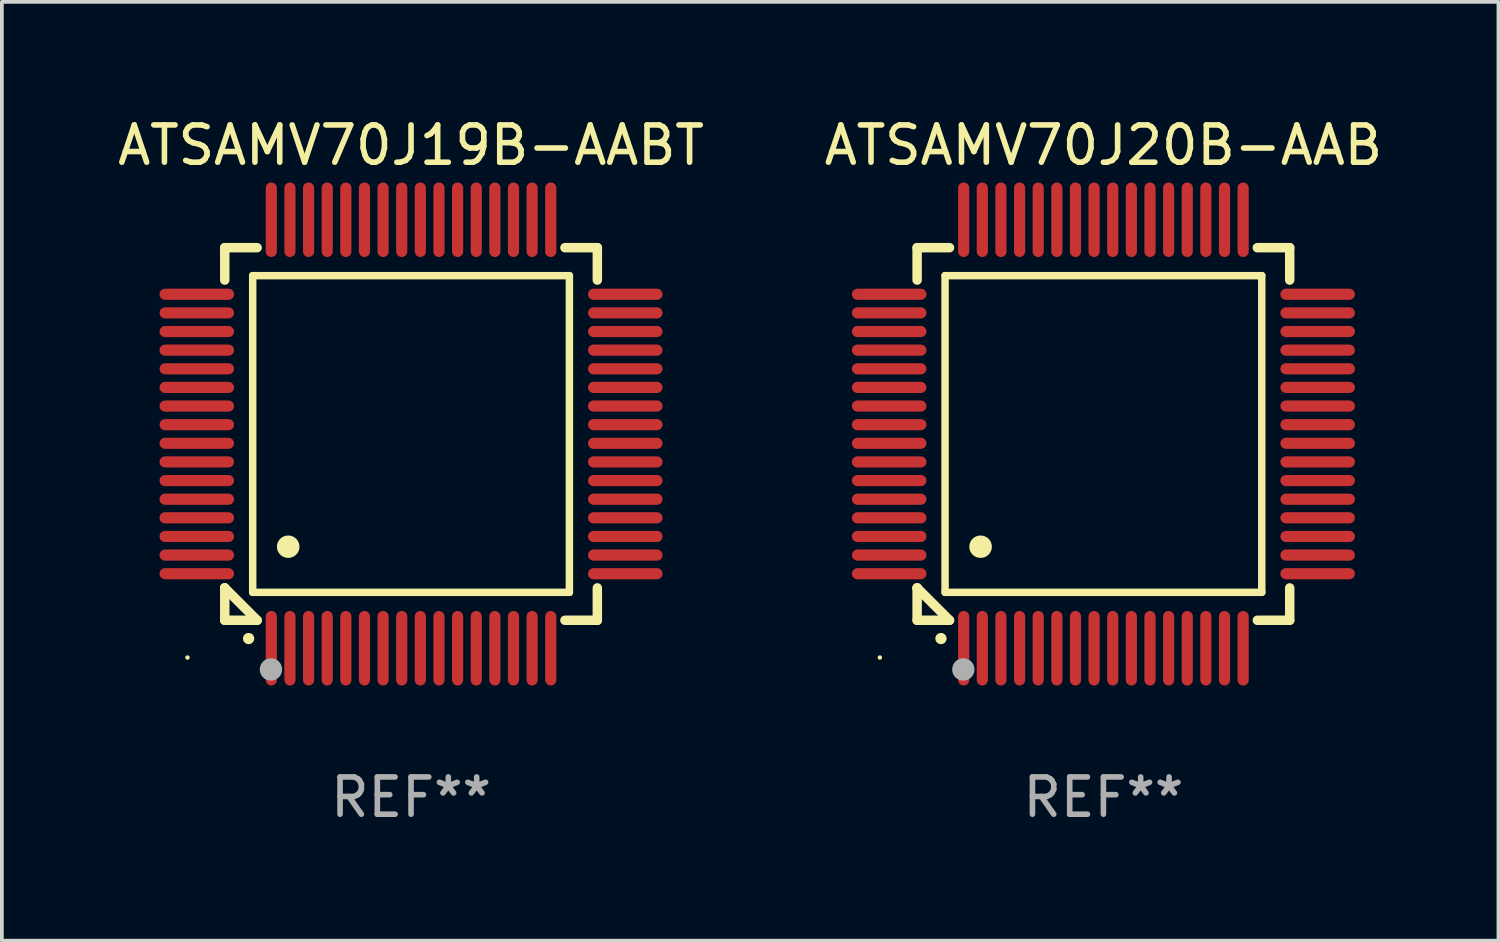
<source format=kicad_pcb>
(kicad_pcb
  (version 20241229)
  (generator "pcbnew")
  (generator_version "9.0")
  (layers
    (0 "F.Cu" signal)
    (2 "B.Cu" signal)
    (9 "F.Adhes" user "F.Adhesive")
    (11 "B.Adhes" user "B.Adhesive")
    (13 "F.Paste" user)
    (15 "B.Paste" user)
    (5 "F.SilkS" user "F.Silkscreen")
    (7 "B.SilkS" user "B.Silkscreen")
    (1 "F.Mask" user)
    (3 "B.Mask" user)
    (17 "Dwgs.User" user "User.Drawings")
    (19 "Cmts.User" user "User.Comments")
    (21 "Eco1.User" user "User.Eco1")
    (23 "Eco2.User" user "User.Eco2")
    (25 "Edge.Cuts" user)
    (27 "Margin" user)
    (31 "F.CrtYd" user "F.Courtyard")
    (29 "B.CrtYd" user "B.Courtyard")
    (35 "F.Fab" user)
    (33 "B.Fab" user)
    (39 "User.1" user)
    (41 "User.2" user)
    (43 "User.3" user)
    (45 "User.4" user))
  (footprint "ATSAMV70J20B-AAB"
    (layer "F.Cu")
    (at 26.565 8.598)
    (property "Reference" "ATSAMV70J20B-AAB" (at 0 -7.75 0) (layer "F.SilkS") (effects (font (size 1 1) (thickness 0.15))))
    (attr through_hole)
    (fp_line (start -5 -5) (end -4.131 -5) (stroke (width 0.254) (type solid)) (layer "F.SilkS"))
    (fp_line (start -5 -4.131) (end -5 -5) (stroke (width 0.254) (type solid)) (layer "F.SilkS"))
    (fp_line (start -5 4.131) (end -5 4.131) (stroke (width 0.254) (type solid)) (layer "F.SilkS"))
    (fp_line (start -5 5) (end -5 4.131) (stroke (width 0.254) (type solid)) (layer "F.SilkS"))
    (fp_line (start -5 4.131) (end -4.131 5) (stroke (width 0.254) (type solid)) (layer "F.SilkS"))
    (fp_line (start -4.25 -4.25) (end -4.25 4.25) (stroke (width 0.2) (type solid)) (layer "F.SilkS"))
    (fp_line (start -4.25 4.25) (end 4.25 4.25) (stroke (width 0.2) (type solid)) (layer "F.SilkS"))
    (fp_line (start -4.131 5) (end -5 5) (stroke (width 0.254) (type solid)) (layer "F.SilkS"))
    (fp_line (start 4.25 -4.25) (end -4.25 -4.25) (stroke (width 0.2) (type solid)) (layer "F.SilkS"))
    (fp_line (start 4.25 4.25) (end 4.25 -4.25) (stroke (width 0.2) (type solid)) (layer "F.SilkS"))
    (fp_line (start 5 -5) (end 4.131 -5) (stroke (width 0.254) (type solid)) (layer "F.SilkS"))
    (fp_line (start 5 -5) (end 5 -4.131) (stroke (width 0.254) (type solid)) (layer "F.SilkS"))
    (fp_line (start 5 4.131) (end 5 5) (stroke (width 0.254) (type solid)) (layer "F.SilkS"))
    (fp_line (start 5 5) (end 4.131 5) (stroke (width 0.254) (type solid)) (layer "F.SilkS"))
    (fp_arc (start -4.361265 5.489992) (mid -4.359995 5.489987) (end -4.358725 5.489992) (stroke (width 0.3) (type solid)) (layer "F.SilkS"))
    (fp_arc (start -3.299467 3.025146) (mid -3.296927 3.025135) (end -3.294387 3.025146) (stroke (width 0.6) (type solid)) (layer "F.SilkS"))
    (fp_circle (center -6 6) (end -5.97 6) (stroke (width 0.06) (type solid)) (fill no) (layer "F.SilkS"))
    (fp_circle (center -3.76 6.32) (end -3.61 6.32) (stroke (width 0.3) (type solid)) (fill no) (layer "F.Fab"))
    (fp_text user "REF**" (at 0 9.75 0) (layer "F.Fab") (effects (font (size 1 1) (thickness 0.15))))
    (pad "1" smd oval (at -3.75 5.75) (size 0.3 2) (layers "F.Cu" "F.Mask" "F.Paste"))
    (pad "2" smd oval (at -3.25 5.75) (size 0.3 2) (layers "F.Cu" "F.Mask" "F.Paste"))
    (pad "3" smd oval (at -2.75 5.75) (size 0.3 2) (layers "F.Cu" "F.Mask" "F.Paste"))
    (pad "4" smd oval (at -2.25 5.75) (size 0.3 2) (layers "F.Cu" "F.Mask" "F.Paste"))
    (pad "5" smd oval (at -1.75 5.75) (size 0.3 2) (layers "F.Cu" "F.Mask" "F.Paste"))
    (pad "6" smd oval (at -1.25 5.75) (size 0.3 2) (layers "F.Cu" "F.Mask" "F.Paste"))
    (pad "7" smd oval (at -0.75 5.75) (size 0.3 2) (layers "F.Cu" "F.Mask" "F.Paste"))
    (pad "8" smd oval (at -0.25 5.75) (size 0.3 2) (layers "F.Cu" "F.Mask" "F.Paste"))
    (pad "9" smd oval (at 0.25 5.75) (size 0.3 2) (layers "F.Cu" "F.Mask" "F.Paste"))
    (pad "10" smd oval (at 0.75 5.75) (size 0.3 2) (layers "F.Cu" "F.Mask" "F.Paste"))
    (pad "11" smd oval (at 1.25 5.75) (size 0.3 2) (layers "F.Cu" "F.Mask" "F.Paste"))
    (pad "12" smd oval (at 1.75 5.75) (size 0.3 2) (layers "F.Cu" "F.Mask" "F.Paste"))
    (pad "13" smd oval (at 2.25 5.75) (size 0.3 2) (layers "F.Cu" "F.Mask" "F.Paste"))
    (pad "14" smd oval (at 2.75 5.75) (size 0.3 2) (layers "F.Cu" "F.Mask" "F.Paste"))
    (pad "15" smd oval (at 3.25 5.75) (size 0.3 2) (layers "F.Cu" "F.Mask" "F.Paste"))
    (pad "16" smd oval (at 3.75 5.75) (size 0.3 2) (layers "F.Cu" "F.Mask" "F.Paste"))
    (pad "17" smd oval (at 5.75 3.75) (size 2 0.3) (layers "F.Cu" "F.Mask" "F.Paste"))
    (pad "18" smd oval (at 5.75 3.25) (size 2 0.3) (layers "F.Cu" "F.Mask" "F.Paste"))
    (pad "19" smd oval (at 5.75 2.75) (size 2 0.3) (layers "F.Cu" "F.Mask" "F.Paste"))
    (pad "20" smd oval (at 5.75 2.25) (size 2 0.3) (layers "F.Cu" "F.Mask" "F.Paste"))
    (pad "21" smd oval (at 5.75 1.75) (size 2 0.3) (layers "F.Cu" "F.Mask" "F.Paste"))
    (pad "22" smd oval (at 5.75 1.25) (size 2 0.3) (layers "F.Cu" "F.Mask" "F.Paste"))
    (pad "23" smd oval (at 5.75 0.75) (size 2 0.3) (layers "F.Cu" "F.Mask" "F.Paste"))
    (pad "24" smd oval (at 5.75 0.25) (size 2 0.3) (layers "F.Cu" "F.Mask" "F.Paste"))
    (pad "25" smd oval (at 5.75 -0.25) (size 2 0.3) (layers "F.Cu" "F.Mask" "F.Paste"))
    (pad "26" smd oval (at 5.75 -0.75) (size 2 0.3) (layers "F.Cu" "F.Mask" "F.Paste"))
    (pad "27" smd oval (at 5.75 -1.25) (size 2 0.3) (layers "F.Cu" "F.Mask" "F.Paste"))
    (pad "28" smd oval (at 5.75 -1.75) (size 2 0.3) (layers "F.Cu" "F.Mask" "F.Paste"))
    (pad "29" smd oval (at 5.75 -2.25) (size 2 0.3) (layers "F.Cu" "F.Mask" "F.Paste"))
    (pad "30" smd oval (at 5.75 -2.75) (size 2 0.3) (layers "F.Cu" "F.Mask" "F.Paste"))
    (pad "31" smd oval (at 5.75 -3.25) (size 2 0.3) (layers "F.Cu" "F.Mask" "F.Paste"))
    (pad "32" smd oval (at 5.75 -3.75) (size 2 0.3) (layers "F.Cu" "F.Mask" "F.Paste"))
    (pad "33" smd oval (at 3.75 -5.75) (size 0.3 2) (layers "F.Cu" "F.Mask" "F.Paste"))
    (pad "34" smd oval (at 3.25 -5.75) (size 0.3 2) (layers "F.Cu" "F.Mask" "F.Paste"))
    (pad "35" smd oval (at 2.75 -5.75) (size 0.3 2) (layers "F.Cu" "F.Mask" "F.Paste"))
    (pad "36" smd oval (at 2.25 -5.75) (size 0.3 2) (layers "F.Cu" "F.Mask" "F.Paste"))
    (pad "37" smd oval (at 1.75 -5.75) (size 0.3 2) (layers "F.Cu" "F.Mask" "F.Paste"))
    (pad "38" smd oval (at 1.25 -5.75) (size 0.3 2) (layers "F.Cu" "F.Mask" "F.Paste"))
    (pad "39" smd oval (at 0.75 -5.75) (size 0.3 2) (layers "F.Cu" "F.Mask" "F.Paste"))
    (pad "40" smd oval (at 0.25 -5.75) (size 0.3 2) (layers "F.Cu" "F.Mask" "F.Paste"))
    (pad "41" smd oval (at -0.25 -5.75) (size 0.3 2) (layers "F.Cu" "F.Mask" "F.Paste"))
    (pad "42" smd oval (at -0.75 -5.75) (size 0.3 2) (layers "F.Cu" "F.Mask" "F.Paste"))
    (pad "43" smd oval (at -1.25 -5.75) (size 0.3 2) (layers "F.Cu" "F.Mask" "F.Paste"))
    (pad "44" smd oval (at -1.75 -5.75) (size 0.3 2) (layers "F.Cu" "F.Mask" "F.Paste"))
    (pad "45" smd oval (at -2.25 -5.75) (size 0.3 2) (layers "F.Cu" "F.Mask" "F.Paste"))
    (pad "46" smd oval (at -2.75 -5.75) (size 0.3 2) (layers "F.Cu" "F.Mask" "F.Paste"))
    (pad "47" smd oval (at -3.25 -5.75) (size 0.3 2) (layers "F.Cu" "F.Mask" "F.Paste"))
    (pad "48" smd oval (at -3.75 -5.75) (size 0.3 2) (layers "F.Cu" "F.Mask" "F.Paste"))
    (pad "49" smd oval (at -5.75 -3.75) (size 2 0.3) (layers "F.Cu" "F.Mask" "F.Paste"))
    (pad "50" smd oval (at -5.75 -3.25) (size 2 0.3) (layers "F.Cu" "F.Mask" "F.Paste"))
    (pad "51" smd oval (at -5.75 -2.75) (size 2 0.3) (layers "F.Cu" "F.Mask" "F.Paste"))
    (pad "52" smd oval (at -5.75 -2.25) (size 2 0.3) (layers "F.Cu" "F.Mask" "F.Paste"))
    (pad "53" smd oval (at -5.75 -1.75) (size 2 0.3) (layers "F.Cu" "F.Mask" "F.Paste"))
    (pad "54" smd oval (at -5.75 -1.25) (size 2 0.3) (layers "F.Cu" "F.Mask" "F.Paste"))
    (pad "55" smd oval (at -5.75 -0.75) (size 2 0.3) (layers "F.Cu" "F.Mask" "F.Paste"))
    (pad "56" smd oval (at -5.75 -0.25) (size 2 0.3) (layers "F.Cu" "F.Mask" "F.Paste"))
    (pad "57" smd oval (at -5.75 0.25) (size 2 0.3) (layers "F.Cu" "F.Mask" "F.Paste"))
    (pad "58" smd oval (at -5.75 0.75) (size 2 0.3) (layers "F.Cu" "F.Mask" "F.Paste"))
    (pad "59" smd oval (at -5.75 1.25) (size 2 0.3) (layers "F.Cu" "F.Mask" "F.Paste"))
    (pad "60" smd oval (at -5.75 1.75) (size 2 0.3) (layers "F.Cu" "F.Mask" "F.Paste"))
    (pad "61" smd oval (at -5.75 2.25) (size 2 0.3) (layers "F.Cu" "F.Mask" "F.Paste"))
    (pad "62" smd oval (at -5.75 2.75) (size 2 0.3) (layers "F.Cu" "F.Mask" "F.Paste"))
    (pad "63" smd oval (at -5.75 3.25) (size 2 0.3) (layers "F.Cu" "F.Mask" "F.Paste"))
    (pad "64" smd oval (at -5.75 3.75) (size 2 0.3) (layers "F.Cu" "F.Mask" "F.Paste")))
  (footprint "ATSAMV70J19B-AABT"
    (layer "F.Cu")
    (at 7.982 8.598)
    (property "Reference" "ATSAMV70J19B-AABT" (at 0 -7.75 0) (layer "F.SilkS") (effects (font (size 1 1) (thickness 0.15))))
    (attr through_hole)
    (fp_line (start -5 -5) (end -4.131 -5) (stroke (width 0.254) (type solid)) (layer "F.SilkS"))
    (fp_line (start -5 -4.131) (end -5 -5) (stroke (width 0.254) (type solid)) (layer "F.SilkS"))
    (fp_line (start -5 4.131) (end -5 4.131) (stroke (width 0.254) (type solid)) (layer "F.SilkS"))
    (fp_line (start -5 5) (end -5 4.131) (stroke (width 0.254) (type solid)) (layer "F.SilkS"))
    (fp_line (start -5 4.131) (end -4.131 5) (stroke (width 0.254) (type solid)) (layer "F.SilkS"))
    (fp_line (start -4.25 -4.25) (end -4.25 4.25) (stroke (width 0.2) (type solid)) (layer "F.SilkS"))
    (fp_line (start -4.25 4.25) (end 4.25 4.25) (stroke (width 0.2) (type solid)) (layer "F.SilkS"))
    (fp_line (start -4.131 5) (end -5 5) (stroke (width 0.254) (type solid)) (layer "F.SilkS"))
    (fp_line (start 4.25 -4.25) (end -4.25 -4.25) (stroke (width 0.2) (type solid)) (layer "F.SilkS"))
    (fp_line (start 4.25 4.25) (end 4.25 -4.25) (stroke (width 0.2) (type solid)) (layer "F.SilkS"))
    (fp_line (start 5 -5) (end 4.131 -5) (stroke (width 0.254) (type solid)) (layer "F.SilkS"))
    (fp_line (start 5 -5) (end 5 -4.131) (stroke (width 0.254) (type solid)) (layer "F.SilkS"))
    (fp_line (start 5 4.131) (end 5 5) (stroke (width 0.254) (type solid)) (layer "F.SilkS"))
    (fp_line (start 5 5) (end 4.131 5) (stroke (width 0.254) (type solid)) (layer "F.SilkS"))
    (fp_arc (start -4.361265 5.489992) (mid -4.359995 5.489987) (end -4.358725 5.489992) (stroke (width 0.3) (type solid)) (layer "F.SilkS"))
    (fp_arc (start -3.299467 3.025146) (mid -3.296927 3.025135) (end -3.294387 3.025146) (stroke (width 0.6) (type solid)) (layer "F.SilkS"))
    (fp_circle (center -6 6) (end -5.97 6) (stroke (width 0.06) (type solid)) (fill no) (layer "F.SilkS"))
    (fp_circle (center -3.76 6.32) (end -3.61 6.32) (stroke (width 0.3) (type solid)) (fill no) (layer "F.Fab"))
    (fp_text user "REF**" (at 0 9.75 0) (layer "F.Fab") (effects (font (size 1 1) (thickness 0.15))))
    (pad "1" smd oval (at -3.75 5.75) (size 0.3 2) (layers "F.Cu" "F.Mask" "F.Paste"))
    (pad "2" smd oval (at -3.25 5.75) (size 0.3 2) (layers "F.Cu" "F.Mask" "F.Paste"))
    (pad "3" smd oval (at -2.75 5.75) (size 0.3 2) (layers "F.Cu" "F.Mask" "F.Paste"))
    (pad "4" smd oval (at -2.25 5.75) (size 0.3 2) (layers "F.Cu" "F.Mask" "F.Paste"))
    (pad "5" smd oval (at -1.75 5.75) (size 0.3 2) (layers "F.Cu" "F.Mask" "F.Paste"))
    (pad "6" smd oval (at -1.25 5.75) (size 0.3 2) (layers "F.Cu" "F.Mask" "F.Paste"))
    (pad "7" smd oval (at -0.75 5.75) (size 0.3 2) (layers "F.Cu" "F.Mask" "F.Paste"))
    (pad "8" smd oval (at -0.25 5.75) (size 0.3 2) (layers "F.Cu" "F.Mask" "F.Paste"))
    (pad "9" smd oval (at 0.25 5.75) (size 0.3 2) (layers "F.Cu" "F.Mask" "F.Paste"))
    (pad "10" smd oval (at 0.75 5.75) (size 0.3 2) (layers "F.Cu" "F.Mask" "F.Paste"))
    (pad "11" smd oval (at 1.25 5.75) (size 0.3 2) (layers "F.Cu" "F.Mask" "F.Paste"))
    (pad "12" smd oval (at 1.75 5.75) (size 0.3 2) (layers "F.Cu" "F.Mask" "F.Paste"))
    (pad "13" smd oval (at 2.25 5.75) (size 0.3 2) (layers "F.Cu" "F.Mask" "F.Paste"))
    (pad "14" smd oval (at 2.75 5.75) (size 0.3 2) (layers "F.Cu" "F.Mask" "F.Paste"))
    (pad "15" smd oval (at 3.25 5.75) (size 0.3 2) (layers "F.Cu" "F.Mask" "F.Paste"))
    (pad "16" smd oval (at 3.75 5.75) (size 0.3 2) (layers "F.Cu" "F.Mask" "F.Paste"))
    (pad "17" smd oval (at 5.75 3.75) (size 2 0.3) (layers "F.Cu" "F.Mask" "F.Paste"))
    (pad "18" smd oval (at 5.75 3.25) (size 2 0.3) (layers "F.Cu" "F.Mask" "F.Paste"))
    (pad "19" smd oval (at 5.75 2.75) (size 2 0.3) (layers "F.Cu" "F.Mask" "F.Paste"))
    (pad "20" smd oval (at 5.75 2.25) (size 2 0.3) (layers "F.Cu" "F.Mask" "F.Paste"))
    (pad "21" smd oval (at 5.75 1.75) (size 2 0.3) (layers "F.Cu" "F.Mask" "F.Paste"))
    (pad "22" smd oval (at 5.75 1.25) (size 2 0.3) (layers "F.Cu" "F.Mask" "F.Paste"))
    (pad "23" smd oval (at 5.75 0.75) (size 2 0.3) (layers "F.Cu" "F.Mask" "F.Paste"))
    (pad "24" smd oval (at 5.75 0.25) (size 2 0.3) (layers "F.Cu" "F.Mask" "F.Paste"))
    (pad "25" smd oval (at 5.75 -0.25) (size 2 0.3) (layers "F.Cu" "F.Mask" "F.Paste"))
    (pad "26" smd oval (at 5.75 -0.75) (size 2 0.3) (layers "F.Cu" "F.Mask" "F.Paste"))
    (pad "27" smd oval (at 5.75 -1.25) (size 2 0.3) (layers "F.Cu" "F.Mask" "F.Paste"))
    (pad "28" smd oval (at 5.75 -1.75) (size 2 0.3) (layers "F.Cu" "F.Mask" "F.Paste"))
    (pad "29" smd oval (at 5.75 -2.25) (size 2 0.3) (layers "F.Cu" "F.Mask" "F.Paste"))
    (pad "30" smd oval (at 5.75 -2.75) (size 2 0.3) (layers "F.Cu" "F.Mask" "F.Paste"))
    (pad "31" smd oval (at 5.75 -3.25) (size 2 0.3) (layers "F.Cu" "F.Mask" "F.Paste"))
    (pad "32" smd oval (at 5.75 -3.75) (size 2 0.3) (layers "F.Cu" "F.Mask" "F.Paste"))
    (pad "33" smd oval (at 3.75 -5.75) (size 0.3 2) (layers "F.Cu" "F.Mask" "F.Paste"))
    (pad "34" smd oval (at 3.25 -5.75) (size 0.3 2) (layers "F.Cu" "F.Mask" "F.Paste"))
    (pad "35" smd oval (at 2.75 -5.75) (size 0.3 2) (layers "F.Cu" "F.Mask" "F.Paste"))
    (pad "36" smd oval (at 2.25 -5.75) (size 0.3 2) (layers "F.Cu" "F.Mask" "F.Paste"))
    (pad "37" smd oval (at 1.75 -5.75) (size 0.3 2) (layers "F.Cu" "F.Mask" "F.Paste"))
    (pad "38" smd oval (at 1.25 -5.75) (size 0.3 2) (layers "F.Cu" "F.Mask" "F.Paste"))
    (pad "39" smd oval (at 0.75 -5.75) (size 0.3 2) (layers "F.Cu" "F.Mask" "F.Paste"))
    (pad "40" smd oval (at 0.25 -5.75) (size 0.3 2) (layers "F.Cu" "F.Mask" "F.Paste"))
    (pad "41" smd oval (at -0.25 -5.75) (size 0.3 2) (layers "F.Cu" "F.Mask" "F.Paste"))
    (pad "42" smd oval (at -0.75 -5.75) (size 0.3 2) (layers "F.Cu" "F.Mask" "F.Paste"))
    (pad "43" smd oval (at -1.25 -5.75) (size 0.3 2) (layers "F.Cu" "F.Mask" "F.Paste"))
    (pad "44" smd oval (at -1.75 -5.75) (size 0.3 2) (layers "F.Cu" "F.Mask" "F.Paste"))
    (pad "45" smd oval (at -2.25 -5.75) (size 0.3 2) (layers "F.Cu" "F.Mask" "F.Paste"))
    (pad "46" smd oval (at -2.75 -5.75) (size 0.3 2) (layers "F.Cu" "F.Mask" "F.Paste"))
    (pad "47" smd oval (at -3.25 -5.75) (size 0.3 2) (layers "F.Cu" "F.Mask" "F.Paste"))
    (pad "48" smd oval (at -3.75 -5.75) (size 0.3 2) (layers "F.Cu" "F.Mask" "F.Paste"))
    (pad "49" smd oval (at -5.75 -3.75) (size 2 0.3) (layers "F.Cu" "F.Mask" "F.Paste"))
    (pad "50" smd oval (at -5.75 -3.25) (size 2 0.3) (layers "F.Cu" "F.Mask" "F.Paste"))
    (pad "51" smd oval (at -5.75 -2.75) (size 2 0.3) (layers "F.Cu" "F.Mask" "F.Paste"))
    (pad "52" smd oval (at -5.75 -2.25) (size 2 0.3) (layers "F.Cu" "F.Mask" "F.Paste"))
    (pad "53" smd oval (at -5.75 -1.75) (size 2 0.3) (layers "F.Cu" "F.Mask" "F.Paste"))
    (pad "54" smd oval (at -5.75 -1.25) (size 2 0.3) (layers "F.Cu" "F.Mask" "F.Paste"))
    (pad "55" smd oval (at -5.75 -0.75) (size 2 0.3) (layers "F.Cu" "F.Mask" "F.Paste"))
    (pad "56" smd oval (at -5.75 -0.25) (size 2 0.3) (layers "F.Cu" "F.Mask" "F.Paste"))
    (pad "57" smd oval (at -5.75 0.25) (size 2 0.3) (layers "F.Cu" "F.Mask" "F.Paste"))
    (pad "58" smd oval (at -5.75 0.75) (size 2 0.3) (layers "F.Cu" "F.Mask" "F.Paste"))
    (pad "59" smd oval (at -5.75 1.25) (size 2 0.3) (layers "F.Cu" "F.Mask" "F.Paste"))
    (pad "60" smd oval (at -5.75 1.75) (size 2 0.3) (layers "F.Cu" "F.Mask" "F.Paste"))
    (pad "61" smd oval (at -5.75 2.25) (size 2 0.3) (layers "F.Cu" "F.Mask" "F.Paste"))
    (pad "62" smd oval (at -5.75 2.75) (size 2 0.3) (layers "F.Cu" "F.Mask" "F.Paste"))
    (pad "63" smd oval (at -5.75 3.25) (size 2 0.3) (layers "F.Cu" "F.Mask" "F.Paste"))
    (pad "64" smd oval (at -5.75 3.75) (size 2 0.3) (layers "F.Cu" "F.Mask" "F.Paste")))
  (gr_rect
    (start -3 -3)
    (end 37.167 22.196)
    (stroke (width 0.1) (type default))
    (fill no)
    (layer "Edge.Cuts")))
</source>
